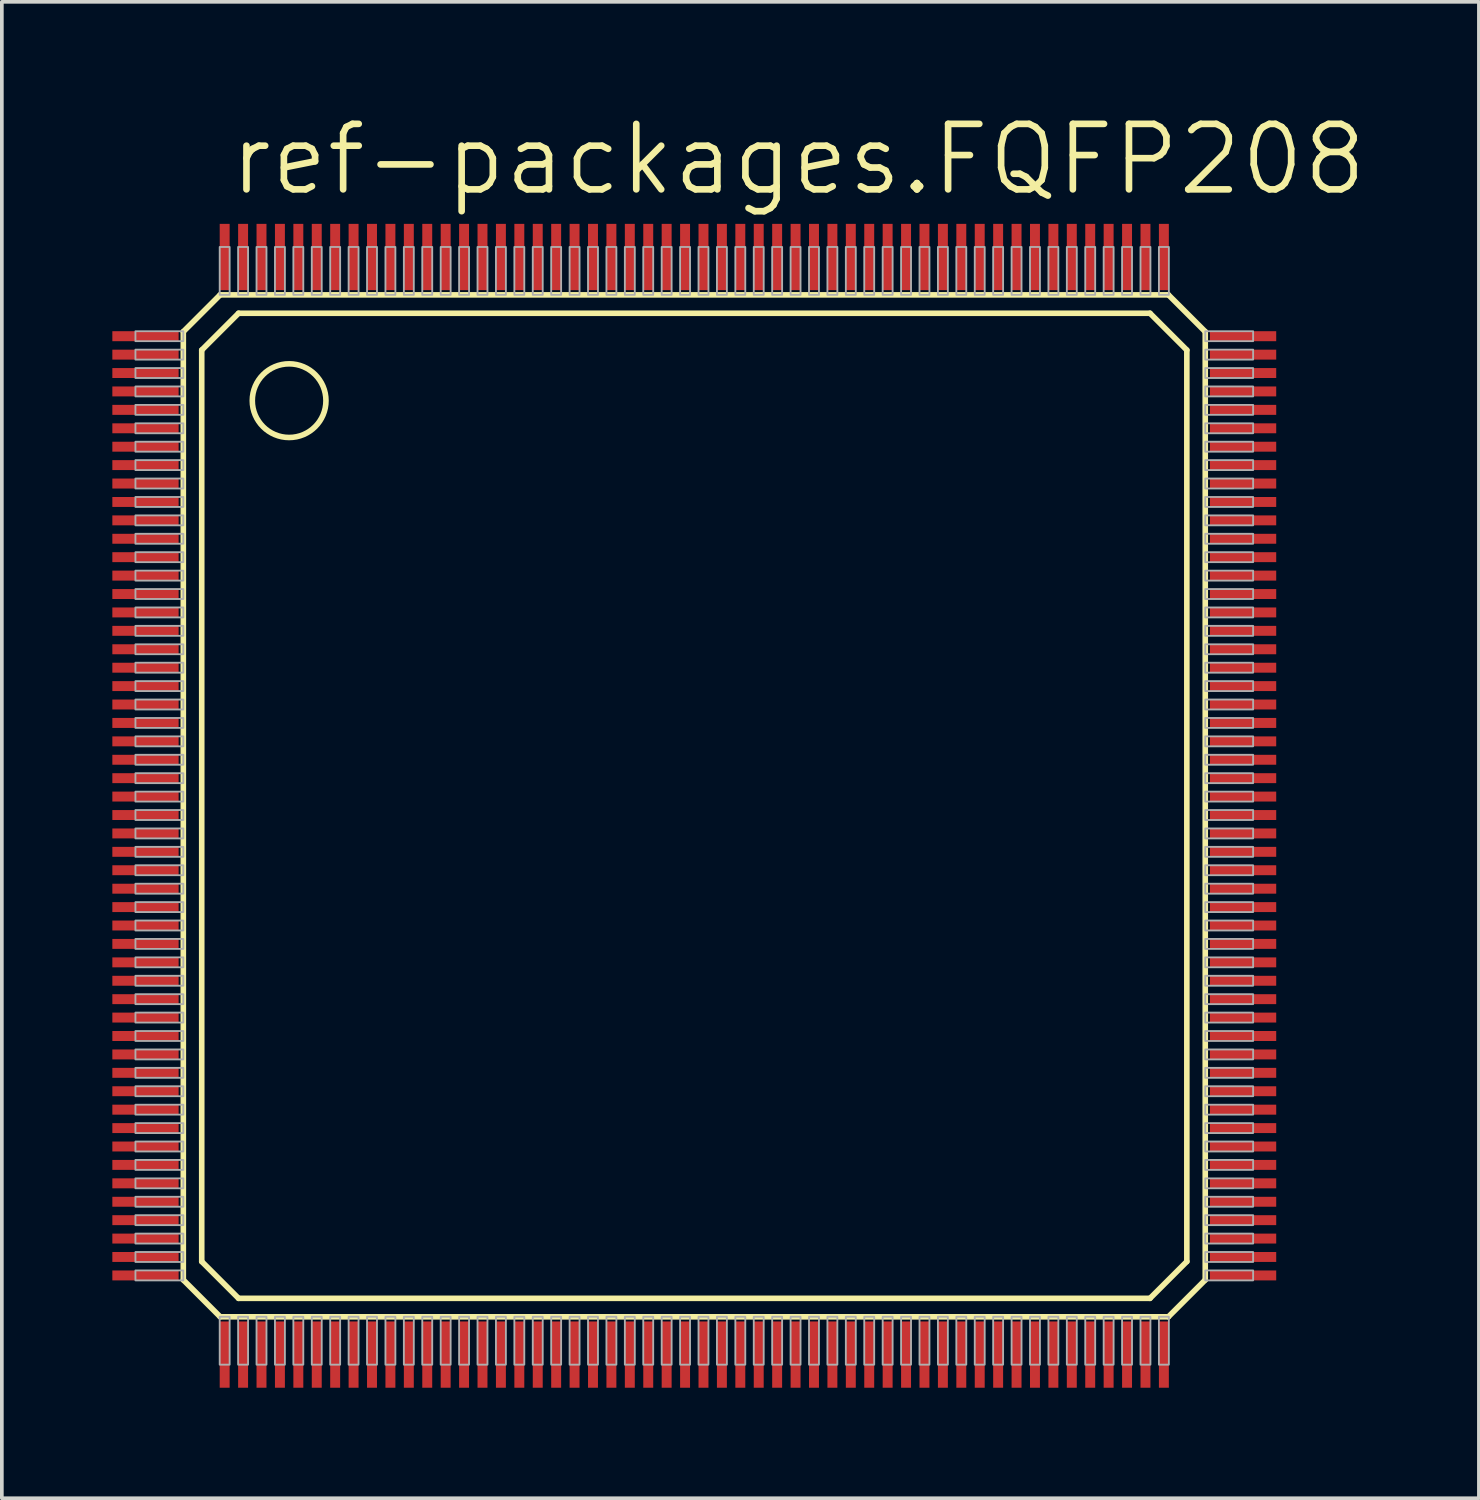
<source format=kicad_pcb>
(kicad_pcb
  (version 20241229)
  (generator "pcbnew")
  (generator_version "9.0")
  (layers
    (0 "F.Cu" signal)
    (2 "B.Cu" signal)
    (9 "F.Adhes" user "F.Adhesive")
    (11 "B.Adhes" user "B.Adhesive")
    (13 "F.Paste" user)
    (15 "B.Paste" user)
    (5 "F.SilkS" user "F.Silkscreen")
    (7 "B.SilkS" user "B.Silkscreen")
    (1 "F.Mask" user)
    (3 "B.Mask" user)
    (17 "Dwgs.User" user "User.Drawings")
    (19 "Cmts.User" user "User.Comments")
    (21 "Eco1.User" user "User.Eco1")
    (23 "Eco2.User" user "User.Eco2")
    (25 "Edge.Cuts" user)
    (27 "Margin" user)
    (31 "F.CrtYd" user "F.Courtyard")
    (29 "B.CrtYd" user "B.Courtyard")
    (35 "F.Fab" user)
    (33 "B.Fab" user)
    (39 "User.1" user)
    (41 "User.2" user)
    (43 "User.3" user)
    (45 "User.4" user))
  (footprint "ref-packages.FQFP208"
    (layer "F.Cu")
    (at 15.8 18.828)
    (property "Reference" "ref-packages.FQFP208" (at -12.7 -16.51 0) (layer "F.SilkS") (effects (font (size 1.778 1.778) (thickness 0.18)) (justify left bottom)))
    (attr smd)
    (fp_line (start -13.873 -12.873) (end -12.873 -13.873) (stroke (width 0.152) (type default)) (layer "F.SilkS"))
    (fp_line (start -13.873 12.873) (end -13.873 -12.873) (stroke (width 0.152) (type default)) (layer "F.SilkS"))
    (fp_line (start -13.373 -12.373) (end -12.373 -13.373) (stroke (width 0.152) (type default)) (layer "F.SilkS"))
    (fp_line (start -13.373 12.373) (end -13.373 -12.373) (stroke (width 0.152) (type default)) (layer "F.SilkS"))
    (fp_line (start -12.873 -13.873) (end 12.873 -13.873) (stroke (width 0.152) (type default)) (layer "F.SilkS"))
    (fp_line (start -12.873 13.873) (end -13.873 12.873) (stroke (width 0.152) (type default)) (layer "F.SilkS"))
    (fp_line (start -12.373 -13.373) (end 12.373 -13.373) (stroke (width 0.152) (type default)) (layer "F.SilkS"))
    (fp_line (start -12.373 13.373) (end -13.373 12.373) (stroke (width 0.152) (type default)) (layer "F.SilkS"))
    (fp_line (start 12.373 -13.373) (end 13.373 -12.373) (stroke (width 0.152) (type default)) (layer "F.SilkS"))
    (fp_line (start 12.373 13.373) (end -12.373 13.373) (stroke (width 0.152) (type default)) (layer "F.SilkS"))
    (fp_line (start 12.873 -13.873) (end 13.873 -12.873) (stroke (width 0.152) (type default)) (layer "F.SilkS"))
    (fp_line (start 12.873 13.873) (end -12.873 13.873) (stroke (width 0.152) (type default)) (layer "F.SilkS"))
    (fp_line (start 13.373 -12.373) (end 13.373 12.373) (stroke (width 0.152) (type default)) (layer "F.SilkS"))
    (fp_line (start 13.373 12.373) (end 12.373 13.373) (stroke (width 0.152) (type default)) (layer "F.SilkS"))
    (fp_line (start 13.873 -12.873) (end 13.873 12.873) (stroke (width 0.152) (type default)) (layer "F.SilkS"))
    (fp_line (start 13.873 12.873) (end 12.873 13.873) (stroke (width 0.152) (type default)) (layer "F.SilkS"))
    (fp_circle (center -11 -11) (end -10 -11) (stroke (width 0.152) (type default)) (fill no) (layer "F.SilkS"))
    (fp_rect (start -15.173 -12.615) (end -13.873 -12.885) (stroke (width 0.05) (type default)) (fill no) (layer "F.Fab"))
    (fp_rect (start -15.173 -12.115) (end -13.873 -12.385) (stroke (width 0.05) (type default)) (fill no) (layer "F.Fab"))
    (fp_rect (start -15.173 -11.615) (end -13.873 -11.885) (stroke (width 0.05) (type default)) (fill no) (layer "F.Fab"))
    (fp_rect (start -15.173 -11.115) (end -13.873 -11.385) (stroke (width 0.05) (type default)) (fill no) (layer "F.Fab"))
    (fp_rect (start -15.173 -10.615) (end -13.873 -10.885) (stroke (width 0.05) (type default)) (fill no) (layer "F.Fab"))
    (fp_rect (start -15.173 -10.115) (end -13.873 -10.385) (stroke (width 0.05) (type default)) (fill no) (layer "F.Fab"))
    (fp_rect (start -15.173 -9.615) (end -13.873 -9.885) (stroke (width 0.05) (type default)) (fill no) (layer "F.Fab"))
    (fp_rect (start -15.173 -9.115) (end -13.873 -9.385) (stroke (width 0.05) (type default)) (fill no) (layer "F.Fab"))
    (fp_rect (start -15.173 -8.615) (end -13.873 -8.885) (stroke (width 0.05) (type default)) (fill no) (layer "F.Fab"))
    (fp_rect (start -15.173 -8.115) (end -13.873 -8.385) (stroke (width 0.05) (type default)) (fill no) (layer "F.Fab"))
    (fp_rect (start -15.173 -7.615) (end -13.873 -7.885) (stroke (width 0.05) (type default)) (fill no) (layer "F.Fab"))
    (fp_rect (start -15.173 -7.115) (end -13.873 -7.385) (stroke (width 0.05) (type default)) (fill no) (layer "F.Fab"))
    (fp_rect (start -15.173 -6.615) (end -13.873 -6.885) (stroke (width 0.05) (type default)) (fill no) (layer "F.Fab"))
    (fp_rect (start -15.173 -6.115) (end -13.873 -6.385) (stroke (width 0.05) (type default)) (fill no) (layer "F.Fab"))
    (fp_rect (start -15.173 -5.615) (end -13.873 -5.885) (stroke (width 0.05) (type default)) (fill no) (layer "F.Fab"))
    (fp_rect (start -15.173 -5.115) (end -13.873 -5.385) (stroke (width 0.05) (type default)) (fill no) (layer "F.Fab"))
    (fp_rect (start -15.173 -4.615) (end -13.873 -4.885) (stroke (width 0.05) (type default)) (fill no) (layer "F.Fab"))
    (fp_rect (start -15.173 -4.115) (end -13.873 -4.385) (stroke (width 0.05) (type default)) (fill no) (layer "F.Fab"))
    (fp_rect (start -15.173 -3.615) (end -13.873 -3.885) (stroke (width 0.05) (type default)) (fill no) (layer "F.Fab"))
    (fp_rect (start -15.173 -3.115) (end -13.873 -3.385) (stroke (width 0.05) (type default)) (fill no) (layer "F.Fab"))
    (fp_rect (start -15.173 -2.615) (end -13.873 -2.885) (stroke (width 0.05) (type default)) (fill no) (layer "F.Fab"))
    (fp_rect (start -15.173 -2.115) (end -13.873 -2.385) (stroke (width 0.05) (type default)) (fill no) (layer "F.Fab"))
    (fp_rect (start -15.173 -1.615) (end -13.873 -1.885) (stroke (width 0.05) (type default)) (fill no) (layer "F.Fab"))
    (fp_rect (start -15.173 -1.115) (end -13.873 -1.385) (stroke (width 0.05) (type default)) (fill no) (layer "F.Fab"))
    (fp_rect (start -15.173 -0.615) (end -13.873 -0.885) (stroke (width 0.05) (type default)) (fill no) (layer "F.Fab"))
    (fp_rect (start -15.173 -0.115) (end -13.873 -0.385) (stroke (width 0.05) (type default)) (fill no) (layer "F.Fab"))
    (fp_rect (start -15.173 0.385) (end -13.873 0.115) (stroke (width 0.05) (type default)) (fill no) (layer "F.Fab"))
    (fp_rect (start -15.173 0.885) (end -13.873 0.615) (stroke (width 0.05) (type default)) (fill no) (layer "F.Fab"))
    (fp_rect (start -15.173 1.385) (end -13.873 1.115) (stroke (width 0.05) (type default)) (fill no) (layer "F.Fab"))
    (fp_rect (start -15.173 1.885) (end -13.873 1.615) (stroke (width 0.05) (type default)) (fill no) (layer "F.Fab"))
    (fp_rect (start -15.173 2.385) (end -13.873 2.115) (stroke (width 0.05) (type default)) (fill no) (layer "F.Fab"))
    (fp_rect (start -15.173 2.885) (end -13.873 2.615) (stroke (width 0.05) (type default)) (fill no) (layer "F.Fab"))
    (fp_rect (start -15.173 3.385) (end -13.873 3.115) (stroke (width 0.05) (type default)) (fill no) (layer "F.Fab"))
    (fp_rect (start -15.173 3.885) (end -13.873 3.615) (stroke (width 0.05) (type default)) (fill no) (layer "F.Fab"))
    (fp_rect (start -15.173 4.385) (end -13.873 4.115) (stroke (width 0.05) (type default)) (fill no) (layer "F.Fab"))
    (fp_rect (start -15.173 4.885) (end -13.873 4.615) (stroke (width 0.05) (type default)) (fill no) (layer "F.Fab"))
    (fp_rect (start -15.173 5.385) (end -13.873 5.115) (stroke (width 0.05) (type default)) (fill no) (layer "F.Fab"))
    (fp_rect (start -15.173 5.885) (end -13.873 5.615) (stroke (width 0.05) (type default)) (fill no) (layer "F.Fab"))
    (fp_rect (start -15.173 6.385) (end -13.873 6.115) (stroke (width 0.05) (type default)) (fill no) (layer "F.Fab"))
    (fp_rect (start -15.173 6.885) (end -13.873 6.615) (stroke (width 0.05) (type default)) (fill no) (layer "F.Fab"))
    (fp_rect (start -15.173 7.385) (end -13.873 7.115) (stroke (width 0.05) (type default)) (fill no) (layer "F.Fab"))
    (fp_rect (start -15.173 7.885) (end -13.873 7.615) (stroke (width 0.05) (type default)) (fill no) (layer "F.Fab"))
    (fp_rect (start -15.173 8.385) (end -13.873 8.115) (stroke (width 0.05) (type default)) (fill no) (layer "F.Fab"))
    (fp_rect (start -15.173 8.885) (end -13.873 8.615) (stroke (width 0.05) (type default)) (fill no) (layer "F.Fab"))
    (fp_rect (start -15.173 9.385) (end -13.873 9.115) (stroke (width 0.05) (type default)) (fill no) (layer "F.Fab"))
    (fp_rect (start -15.173 9.885) (end -13.873 9.615) (stroke (width 0.05) (type default)) (fill no) (layer "F.Fab"))
    (fp_rect (start -15.173 10.385) (end -13.873 10.115) (stroke (width 0.05) (type default)) (fill no) (layer "F.Fab"))
    (fp_rect (start -15.173 10.885) (end -13.873 10.615) (stroke (width 0.05) (type default)) (fill no) (layer "F.Fab"))
    (fp_rect (start -15.173 11.385) (end -13.873 11.115) (stroke (width 0.05) (type default)) (fill no) (layer "F.Fab"))
    (fp_rect (start -15.173 11.885) (end -13.873 11.615) (stroke (width 0.05) (type default)) (fill no) (layer "F.Fab"))
    (fp_rect (start -15.173 12.385) (end -13.873 12.115) (stroke (width 0.05) (type default)) (fill no) (layer "F.Fab"))
    (fp_rect (start -15.173 12.885) (end -13.873 12.615) (stroke (width 0.05) (type default)) (fill no) (layer "F.Fab"))
    (fp_rect (start -12.885 -13.873) (end -12.615 -15.173) (stroke (width 0.05) (type default)) (fill no) (layer "F.Fab"))
    (fp_rect (start -12.885 15.173) (end -12.615 13.873) (stroke (width 0.05) (type default)) (fill no) (layer "F.Fab"))
    (fp_rect (start -12.385 -13.873) (end -12.115 -15.173) (stroke (width 0.05) (type default)) (fill no) (layer "F.Fab"))
    (fp_rect (start -12.385 15.173) (end -12.115 13.873) (stroke (width 0.05) (type default)) (fill no) (layer "F.Fab"))
    (fp_rect (start -11.885 -13.873) (end -11.615 -15.173) (stroke (width 0.05) (type default)) (fill no) (layer "F.Fab"))
    (fp_rect (start -11.885 15.173) (end -11.615 13.873) (stroke (width 0.05) (type default)) (fill no) (layer "F.Fab"))
    (fp_rect (start -11.385 -13.873) (end -11.115 -15.173) (stroke (width 0.05) (type default)) (fill no) (layer "F.Fab"))
    (fp_rect (start -11.385 15.173) (end -11.115 13.873) (stroke (width 0.05) (type default)) (fill no) (layer "F.Fab"))
    (fp_rect (start -10.885 -13.873) (end -10.615 -15.173) (stroke (width 0.05) (type default)) (fill no) (layer "F.Fab"))
    (fp_rect (start -10.885 15.173) (end -10.615 13.873) (stroke (width 0.05) (type default)) (fill no) (layer "F.Fab"))
    (fp_rect (start -10.385 -13.873) (end -10.115 -15.173) (stroke (width 0.05) (type default)) (fill no) (layer "F.Fab"))
    (fp_rect (start -10.385 15.173) (end -10.115 13.873) (stroke (width 0.05) (type default)) (fill no) (layer "F.Fab"))
    (fp_rect (start -9.885 -13.873) (end -9.615 -15.173) (stroke (width 0.05) (type default)) (fill no) (layer "F.Fab"))
    (fp_rect (start -9.885 15.173) (end -9.615 13.873) (stroke (width 0.05) (type default)) (fill no) (layer "F.Fab"))
    (fp_rect (start -9.385 -13.873) (end -9.115 -15.173) (stroke (width 0.05) (type default)) (fill no) (layer "F.Fab"))
    (fp_rect (start -9.385 15.173) (end -9.115 13.873) (stroke (width 0.05) (type default)) (fill no) (layer "F.Fab"))
    (fp_rect (start -8.885 -13.873) (end -8.615 -15.173) (stroke (width 0.05) (type default)) (fill no) (layer "F.Fab"))
    (fp_rect (start -8.885 15.173) (end -8.615 13.873) (stroke (width 0.05) (type default)) (fill no) (layer "F.Fab"))
    (fp_rect (start -8.385 -13.873) (end -8.115 -15.173) (stroke (width 0.05) (type default)) (fill no) (layer "F.Fab"))
    (fp_rect (start -8.385 15.173) (end -8.115 13.873) (stroke (width 0.05) (type default)) (fill no) (layer "F.Fab"))
    (fp_rect (start -7.885 -13.873) (end -7.615 -15.173) (stroke (width 0.05) (type default)) (fill no) (layer "F.Fab"))
    (fp_rect (start -7.885 15.173) (end -7.615 13.873) (stroke (width 0.05) (type default)) (fill no) (layer "F.Fab"))
    (fp_rect (start -7.385 -13.873) (end -7.115 -15.173) (stroke (width 0.05) (type default)) (fill no) (layer "F.Fab"))
    (fp_rect (start -7.385 15.173) (end -7.115 13.873) (stroke (width 0.05) (type default)) (fill no) (layer "F.Fab"))
    (fp_rect (start -6.885 -13.873) (end -6.615 -15.173) (stroke (width 0.05) (type default)) (fill no) (layer "F.Fab"))
    (fp_rect (start -6.885 15.173) (end -6.615 13.873) (stroke (width 0.05) (type default)) (fill no) (layer "F.Fab"))
    (fp_rect (start -6.385 -13.873) (end -6.115 -15.173) (stroke (width 0.05) (type default)) (fill no) (layer "F.Fab"))
    (fp_rect (start -6.385 15.173) (end -6.115 13.873) (stroke (width 0.05) (type default)) (fill no) (layer "F.Fab"))
    (fp_rect (start -5.885 -13.873) (end -5.615 -15.173) (stroke (width 0.05) (type default)) (fill no) (layer "F.Fab"))
    (fp_rect (start -5.885 15.173) (end -5.615 13.873) (stroke (width 0.05) (type default)) (fill no) (layer "F.Fab"))
    (fp_rect (start -5.385 -13.873) (end -5.115 -15.173) (stroke (width 0.05) (type default)) (fill no) (layer "F.Fab"))
    (fp_rect (start -5.385 15.173) (end -5.115 13.873) (stroke (width 0.05) (type default)) (fill no) (layer "F.Fab"))
    (fp_rect (start -4.885 -13.873) (end -4.615 -15.173) (stroke (width 0.05) (type default)) (fill no) (layer "F.Fab"))
    (fp_rect (start -4.885 15.173) (end -4.615 13.873) (stroke (width 0.05) (type default)) (fill no) (layer "F.Fab"))
    (fp_rect (start -4.385 -13.873) (end -4.115 -15.173) (stroke (width 0.05) (type default)) (fill no) (layer "F.Fab"))
    (fp_rect (start -4.385 15.173) (end -4.115 13.873) (stroke (width 0.05) (type default)) (fill no) (layer "F.Fab"))
    (fp_rect (start -3.885 -13.873) (end -3.615 -15.173) (stroke (width 0.05) (type default)) (fill no) (layer "F.Fab"))
    (fp_rect (start -3.885 15.173) (end -3.615 13.873) (stroke (width 0.05) (type default)) (fill no) (layer "F.Fab"))
    (fp_rect (start -3.385 -13.873) (end -3.115 -15.173) (stroke (width 0.05) (type default)) (fill no) (layer "F.Fab"))
    (fp_rect (start -3.385 15.173) (end -3.115 13.873) (stroke (width 0.05) (type default)) (fill no) (layer "F.Fab"))
    (fp_rect (start -2.885 -13.873) (end -2.615 -15.173) (stroke (width 0.05) (type default)) (fill no) (layer "F.Fab"))
    (fp_rect (start -2.885 15.173) (end -2.615 13.873) (stroke (width 0.05) (type default)) (fill no) (layer "F.Fab"))
    (fp_rect (start -2.385 -13.873) (end -2.115 -15.173) (stroke (width 0.05) (type default)) (fill no) (layer "F.Fab"))
    (fp_rect (start -2.385 15.173) (end -2.115 13.873) (stroke (width 0.05) (type default)) (fill no) (layer "F.Fab"))
    (fp_rect (start -1.885 -13.873) (end -1.615 -15.173) (stroke (width 0.05) (type default)) (fill no) (layer "F.Fab"))
    (fp_rect (start -1.885 15.173) (end -1.615 13.873) (stroke (width 0.05) (type default)) (fill no) (layer "F.Fab"))
    (fp_rect (start -1.385 -13.873) (end -1.115 -15.173) (stroke (width 0.05) (type default)) (fill no) (layer "F.Fab"))
    (fp_rect (start -1.385 15.173) (end -1.115 13.873) (stroke (width 0.05) (type default)) (fill no) (layer "F.Fab"))
    (fp_rect (start -0.885 -13.873) (end -0.615 -15.173) (stroke (width 0.05) (type default)) (fill no) (layer "F.Fab"))
    (fp_rect (start -0.885 15.173) (end -0.615 13.873) (stroke (width 0.05) (type default)) (fill no) (layer "F.Fab"))
    (fp_rect (start -0.385 -13.873) (end -0.115 -15.173) (stroke (width 0.05) (type default)) (fill no) (layer "F.Fab"))
    (fp_rect (start -0.385 15.173) (end -0.115 13.873) (stroke (width 0.05) (type default)) (fill no) (layer "F.Fab"))
    (fp_rect (start 0.115 -13.873) (end 0.385 -15.173) (stroke (width 0.05) (type default)) (fill no) (layer "F.Fab"))
    (fp_rect (start 0.115 15.173) (end 0.385 13.873) (stroke (width 0.05) (type default)) (fill no) (layer "F.Fab"))
    (fp_rect (start 0.615 -13.873) (end 0.885 -15.173) (stroke (width 0.05) (type default)) (fill no) (layer "F.Fab"))
    (fp_rect (start 0.615 15.173) (end 0.885 13.873) (stroke (width 0.05) (type default)) (fill no) (layer "F.Fab"))
    (fp_rect (start 1.115 -13.873) (end 1.385 -15.173) (stroke (width 0.05) (type default)) (fill no) (layer "F.Fab"))
    (fp_rect (start 1.115 15.173) (end 1.385 13.873) (stroke (width 0.05) (type default)) (fill no) (layer "F.Fab"))
    (fp_rect (start 1.615 -13.873) (end 1.885 -15.173) (stroke (width 0.05) (type default)) (fill no) (layer "F.Fab"))
    (fp_rect (start 1.615 15.173) (end 1.885 13.873) (stroke (width 0.05) (type default)) (fill no) (layer "F.Fab"))
    (fp_rect (start 2.115 -13.873) (end 2.385 -15.173) (stroke (width 0.05) (type default)) (fill no) (layer "F.Fab"))
    (fp_rect (start 2.115 15.173) (end 2.385 13.873) (stroke (width 0.05) (type default)) (fill no) (layer "F.Fab"))
    (fp_rect (start 2.615 -13.873) (end 2.885 -15.173) (stroke (width 0.05) (type default)) (fill no) (layer "F.Fab"))
    (fp_rect (start 2.615 15.173) (end 2.885 13.873) (stroke (width 0.05) (type default)) (fill no) (layer "F.Fab"))
    (fp_rect (start 3.115 -13.873) (end 3.385 -15.173) (stroke (width 0.05) (type default)) (fill no) (layer "F.Fab"))
    (fp_rect (start 3.115 15.173) (end 3.385 13.873) (stroke (width 0.05) (type default)) (fill no) (layer "F.Fab"))
    (fp_rect (start 3.615 -13.873) (end 3.885 -15.173) (stroke (width 0.05) (type default)) (fill no) (layer "F.Fab"))
    (fp_rect (start 3.615 15.173) (end 3.885 13.873) (stroke (width 0.05) (type default)) (fill no) (layer "F.Fab"))
    (fp_rect (start 4.115 -13.873) (end 4.385 -15.173) (stroke (width 0.05) (type default)) (fill no) (layer "F.Fab"))
    (fp_rect (start 4.115 15.173) (end 4.385 13.873) (stroke (width 0.05) (type default)) (fill no) (layer "F.Fab"))
    (fp_rect (start 4.615 -13.873) (end 4.885 -15.173) (stroke (width 0.05) (type default)) (fill no) (layer "F.Fab"))
    (fp_rect (start 4.615 15.173) (end 4.885 13.873) (stroke (width 0.05) (type default)) (fill no) (layer "F.Fab"))
    (fp_rect (start 5.115 -13.873) (end 5.385 -15.173) (stroke (width 0.05) (type default)) (fill no) (layer "F.Fab"))
    (fp_rect (start 5.115 15.173) (end 5.385 13.873) (stroke (width 0.05) (type default)) (fill no) (layer "F.Fab"))
    (fp_rect (start 5.615 -13.873) (end 5.885 -15.173) (stroke (width 0.05) (type default)) (fill no) (layer "F.Fab"))
    (fp_rect (start 5.615 15.173) (end 5.885 13.873) (stroke (width 0.05) (type default)) (fill no) (layer "F.Fab"))
    (fp_rect (start 6.115 -13.873) (end 6.385 -15.173) (stroke (width 0.05) (type default)) (fill no) (layer "F.Fab"))
    (fp_rect (start 6.115 15.173) (end 6.385 13.873) (stroke (width 0.05) (type default)) (fill no) (layer "F.Fab"))
    (fp_rect (start 6.615 -13.873) (end 6.885 -15.173) (stroke (width 0.05) (type default)) (fill no) (layer "F.Fab"))
    (fp_rect (start 6.615 15.173) (end 6.885 13.873) (stroke (width 0.05) (type default)) (fill no) (layer "F.Fab"))
    (fp_rect (start 7.115 -13.873) (end 7.385 -15.173) (stroke (width 0.05) (type default)) (fill no) (layer "F.Fab"))
    (fp_rect (start 7.115 15.173) (end 7.385 13.873) (stroke (width 0.05) (type default)) (fill no) (layer "F.Fab"))
    (fp_rect (start 7.615 -13.873) (end 7.885 -15.173) (stroke (width 0.05) (type default)) (fill no) (layer "F.Fab"))
    (fp_rect (start 7.615 15.173) (end 7.885 13.873) (stroke (width 0.05) (type default)) (fill no) (layer "F.Fab"))
    (fp_rect (start 8.115 -13.873) (end 8.385 -15.173) (stroke (width 0.05) (type default)) (fill no) (layer "F.Fab"))
    (fp_rect (start 8.115 15.173) (end 8.385 13.873) (stroke (width 0.05) (type default)) (fill no) (layer "F.Fab"))
    (fp_rect (start 8.615 -13.873) (end 8.885 -15.173) (stroke (width 0.05) (type default)) (fill no) (layer "F.Fab"))
    (fp_rect (start 8.615 15.173) (end 8.885 13.873) (stroke (width 0.05) (type default)) (fill no) (layer "F.Fab"))
    (fp_rect (start 9.115 -13.873) (end 9.385 -15.173) (stroke (width 0.05) (type default)) (fill no) (layer "F.Fab"))
    (fp_rect (start 9.115 15.173) (end 9.385 13.873) (stroke (width 0.05) (type default)) (fill no) (layer "F.Fab"))
    (fp_rect (start 9.615 -13.873) (end 9.885 -15.173) (stroke (width 0.05) (type default)) (fill no) (layer "F.Fab"))
    (fp_rect (start 9.615 15.173) (end 9.885 13.873) (stroke (width 0.05) (type default)) (fill no) (layer "F.Fab"))
    (fp_rect (start 10.115 -13.873) (end 10.385 -15.173) (stroke (width 0.05) (type default)) (fill no) (layer "F.Fab"))
    (fp_rect (start 10.115 15.173) (end 10.385 13.873) (stroke (width 0.05) (type default)) (fill no) (layer "F.Fab"))
    (fp_rect (start 10.615 -13.873) (end 10.885 -15.173) (stroke (width 0.05) (type default)) (fill no) (layer "F.Fab"))
    (fp_rect (start 10.615 15.173) (end 10.885 13.873) (stroke (width 0.05) (type default)) (fill no) (layer "F.Fab"))
    (fp_rect (start 11.115 -13.873) (end 11.385 -15.173) (stroke (width 0.05) (type default)) (fill no) (layer "F.Fab"))
    (fp_rect (start 11.115 15.173) (end 11.385 13.873) (stroke (width 0.05) (type default)) (fill no) (layer "F.Fab"))
    (fp_rect (start 11.615 -13.873) (end 11.885 -15.173) (stroke (width 0.05) (type default)) (fill no) (layer "F.Fab"))
    (fp_rect (start 11.615 15.173) (end 11.885 13.873) (stroke (width 0.05) (type default)) (fill no) (layer "F.Fab"))
    (fp_rect (start 12.115 -13.873) (end 12.385 -15.173) (stroke (width 0.05) (type default)) (fill no) (layer "F.Fab"))
    (fp_rect (start 12.115 15.173) (end 12.385 13.873) (stroke (width 0.05) (type default)) (fill no) (layer "F.Fab"))
    (fp_rect (start 12.615 -13.873) (end 12.885 -15.173) (stroke (width 0.05) (type default)) (fill no) (layer "F.Fab"))
    (fp_rect (start 12.615 15.173) (end 12.885 13.873) (stroke (width 0.05) (type default)) (fill no) (layer "F.Fab"))
    (fp_rect (start 13.873 -12.615) (end 15.173 -12.885) (stroke (width 0.05) (type default)) (fill no) (layer "F.Fab"))
    (fp_rect (start 13.873 -12.115) (end 15.173 -12.385) (stroke (width 0.05) (type default)) (fill no) (layer "F.Fab"))
    (fp_rect (start 13.873 -11.615) (end 15.173 -11.885) (stroke (width 0.05) (type default)) (fill no) (layer "F.Fab"))
    (fp_rect (start 13.873 -11.115) (end 15.173 -11.385) (stroke (width 0.05) (type default)) (fill no) (layer "F.Fab"))
    (fp_rect (start 13.873 -10.615) (end 15.173 -10.885) (stroke (width 0.05) (type default)) (fill no) (layer "F.Fab"))
    (fp_rect (start 13.873 -10.115) (end 15.173 -10.385) (stroke (width 0.05) (type default)) (fill no) (layer "F.Fab"))
    (fp_rect (start 13.873 -9.615) (end 15.173 -9.885) (stroke (width 0.05) (type default)) (fill no) (layer "F.Fab"))
    (fp_rect (start 13.873 -9.115) (end 15.173 -9.385) (stroke (width 0.05) (type default)) (fill no) (layer "F.Fab"))
    (fp_rect (start 13.873 -8.615) (end 15.173 -8.885) (stroke (width 0.05) (type default)) (fill no) (layer "F.Fab"))
    (fp_rect (start 13.873 -8.115) (end 15.173 -8.385) (stroke (width 0.05) (type default)) (fill no) (layer "F.Fab"))
    (fp_rect (start 13.873 -7.615) (end 15.173 -7.885) (stroke (width 0.05) (type default)) (fill no) (layer "F.Fab"))
    (fp_rect (start 13.873 -7.115) (end 15.173 -7.385) (stroke (width 0.05) (type default)) (fill no) (layer "F.Fab"))
    (fp_rect (start 13.873 -6.615) (end 15.173 -6.885) (stroke (width 0.05) (type default)) (fill no) (layer "F.Fab"))
    (fp_rect (start 13.873 -6.115) (end 15.173 -6.385) (stroke (width 0.05) (type default)) (fill no) (layer "F.Fab"))
    (fp_rect (start 13.873 -5.615) (end 15.173 -5.885) (stroke (width 0.05) (type default)) (fill no) (layer "F.Fab"))
    (fp_rect (start 13.873 -5.115) (end 15.173 -5.385) (stroke (width 0.05) (type default)) (fill no) (layer "F.Fab"))
    (fp_rect (start 13.873 -4.615) (end 15.173 -4.885) (stroke (width 0.05) (type default)) (fill no) (layer "F.Fab"))
    (fp_rect (start 13.873 -4.115) (end 15.173 -4.385) (stroke (width 0.05) (type default)) (fill no) (layer "F.Fab"))
    (fp_rect (start 13.873 -3.615) (end 15.173 -3.885) (stroke (width 0.05) (type default)) (fill no) (layer "F.Fab"))
    (fp_rect (start 13.873 -3.115) (end 15.173 -3.385) (stroke (width 0.05) (type default)) (fill no) (layer "F.Fab"))
    (fp_rect (start 13.873 -2.615) (end 15.173 -2.885) (stroke (width 0.05) (type default)) (fill no) (layer "F.Fab"))
    (fp_rect (start 13.873 -2.115) (end 15.173 -2.385) (stroke (width 0.05) (type default)) (fill no) (layer "F.Fab"))
    (fp_rect (start 13.873 -1.615) (end 15.173 -1.885) (stroke (width 0.05) (type default)) (fill no) (layer "F.Fab"))
    (fp_rect (start 13.873 -1.115) (end 15.173 -1.385) (stroke (width 0.05) (type default)) (fill no) (layer "F.Fab"))
    (fp_rect (start 13.873 -0.615) (end 15.173 -0.885) (stroke (width 0.05) (type default)) (fill no) (layer "F.Fab"))
    (fp_rect (start 13.873 -0.115) (end 15.173 -0.385) (stroke (width 0.05) (type default)) (fill no) (layer "F.Fab"))
    (fp_rect (start 13.873 0.385) (end 15.173 0.115) (stroke (width 0.05) (type default)) (fill no) (layer "F.Fab"))
    (fp_rect (start 13.873 0.885) (end 15.173 0.615) (stroke (width 0.05) (type default)) (fill no) (layer "F.Fab"))
    (fp_rect (start 13.873 1.385) (end 15.173 1.115) (stroke (width 0.05) (type default)) (fill no) (layer "F.Fab"))
    (fp_rect (start 13.873 1.885) (end 15.173 1.615) (stroke (width 0.05) (type default)) (fill no) (layer "F.Fab"))
    (fp_rect (start 13.873 2.385) (end 15.173 2.115) (stroke (width 0.05) (type default)) (fill no) (layer "F.Fab"))
    (fp_rect (start 13.873 2.885) (end 15.173 2.615) (stroke (width 0.05) (type default)) (fill no) (layer "F.Fab"))
    (fp_rect (start 13.873 3.385) (end 15.173 3.115) (stroke (width 0.05) (type default)) (fill no) (layer "F.Fab"))
    (fp_rect (start 13.873 3.885) (end 15.173 3.615) (stroke (width 0.05) (type default)) (fill no) (layer "F.Fab"))
    (fp_rect (start 13.873 4.385) (end 15.173 4.115) (stroke (width 0.05) (type default)) (fill no) (layer "F.Fab"))
    (fp_rect (start 13.873 4.885) (end 15.173 4.615) (stroke (width 0.05) (type default)) (fill no) (layer "F.Fab"))
    (fp_rect (start 13.873 5.385) (end 15.173 5.115) (stroke (width 0.05) (type default)) (fill no) (layer "F.Fab"))
    (fp_rect (start 13.873 5.885) (end 15.173 5.615) (stroke (width 0.05) (type default)) (fill no) (layer "F.Fab"))
    (fp_rect (start 13.873 6.385) (end 15.173 6.115) (stroke (width 0.05) (type default)) (fill no) (layer "F.Fab"))
    (fp_rect (start 13.873 6.885) (end 15.173 6.615) (stroke (width 0.05) (type default)) (fill no) (layer "F.Fab"))
    (fp_rect (start 13.873 7.385) (end 15.173 7.115) (stroke (width 0.05) (type default)) (fill no) (layer "F.Fab"))
    (fp_rect (start 13.873 7.885) (end 15.173 7.615) (stroke (width 0.05) (type default)) (fill no) (layer "F.Fab"))
    (fp_rect (start 13.873 8.385) (end 15.173 8.115) (stroke (width 0.05) (type default)) (fill no) (layer "F.Fab"))
    (fp_rect (start 13.873 8.885) (end 15.173 8.615) (stroke (width 0.05) (type default)) (fill no) (layer "F.Fab"))
    (fp_rect (start 13.873 9.385) (end 15.173 9.115) (stroke (width 0.05) (type default)) (fill no) (layer "F.Fab"))
    (fp_rect (start 13.873 9.885) (end 15.173 9.615) (stroke (width 0.05) (type default)) (fill no) (layer "F.Fab"))
    (fp_rect (start 13.873 10.385) (end 15.173 10.115) (stroke (width 0.05) (type default)) (fill no) (layer "F.Fab"))
    (fp_rect (start 13.873 10.885) (end 15.173 10.615) (stroke (width 0.05) (type default)) (fill no) (layer "F.Fab"))
    (fp_rect (start 13.873 11.385) (end 15.173 11.115) (stroke (width 0.05) (type default)) (fill no) (layer "F.Fab"))
    (fp_rect (start 13.873 11.885) (end 15.173 11.615) (stroke (width 0.05) (type default)) (fill no) (layer "F.Fab"))
    (fp_rect (start 13.873 12.385) (end 15.173 12.115) (stroke (width 0.05) (type default)) (fill no) (layer "F.Fab"))
    (fp_rect (start 13.873 12.885) (end 15.173 12.615) (stroke (width 0.05) (type default)) (fill no) (layer "F.Fab"))
    (pad "1" smd roundrect (at -14.9 -12.75) (size 1.8 0.27) (layers "F.Cu" "F.Mask" "F.Paste") (roundrect_rratio 0.01))
    (pad "2" smd roundrect (at -14.9 -12.25) (size 1.8 0.27) (layers "F.Cu" "F.Mask" "F.Paste") (roundrect_rratio 0.01))
    (pad "3" smd roundrect (at -14.9 -11.75) (size 1.8 0.27) (layers "F.Cu" "F.Mask" "F.Paste") (roundrect_rratio 0.01))
    (pad "4" smd roundrect (at -14.9 -11.25) (size 1.8 0.27) (layers "F.Cu" "F.Mask" "F.Paste") (roundrect_rratio 0.01))
    (pad "5" smd roundrect (at -14.9 -10.75) (size 1.8 0.27) (layers "F.Cu" "F.Mask" "F.Paste") (roundrect_rratio 0.01))
    (pad "6" smd roundrect (at -14.9 -10.25) (size 1.8 0.27) (layers "F.Cu" "F.Mask" "F.Paste") (roundrect_rratio 0.01))
    (pad "7" smd roundrect (at -14.9 -9.75) (size 1.8 0.27) (layers "F.Cu" "F.Mask" "F.Paste") (roundrect_rratio 0.01))
    (pad "8" smd roundrect (at -14.9 -9.25) (size 1.8 0.27) (layers "F.Cu" "F.Mask" "F.Paste") (roundrect_rratio 0.01))
    (pad "9" smd roundrect (at -14.9 -8.75) (size 1.8 0.27) (layers "F.Cu" "F.Mask" "F.Paste") (roundrect_rratio 0.01))
    (pad "10" smd roundrect (at -14.9 -8.25) (size 1.8 0.27) (layers "F.Cu" "F.Mask" "F.Paste") (roundrect_rratio 0.01))
    (pad "11" smd roundrect (at -14.9 -7.75) (size 1.8 0.27) (layers "F.Cu" "F.Mask" "F.Paste") (roundrect_rratio 0.01))
    (pad "12" smd roundrect (at -14.9 -7.25) (size 1.8 0.27) (layers "F.Cu" "F.Mask" "F.Paste") (roundrect_rratio 0.01))
    (pad "13" smd roundrect (at -14.9 -6.75) (size 1.8 0.27) (layers "F.Cu" "F.Mask" "F.Paste") (roundrect_rratio 0.01))
    (pad "14" smd roundrect (at -14.9 -6.25) (size 1.8 0.27) (layers "F.Cu" "F.Mask" "F.Paste") (roundrect_rratio 0.01))
    (pad "15" smd roundrect (at -14.9 -5.75) (size 1.8 0.27) (layers "F.Cu" "F.Mask" "F.Paste") (roundrect_rratio 0.01))
    (pad "16" smd roundrect (at -14.9 -5.25) (size 1.8 0.27) (layers "F.Cu" "F.Mask" "F.Paste") (roundrect_rratio 0.01))
    (pad "17" smd roundrect (at -14.9 -4.75) (size 1.8 0.27) (layers "F.Cu" "F.Mask" "F.Paste") (roundrect_rratio 0.01))
    (pad "18" smd roundrect (at -14.9 -4.25) (size 1.8 0.27) (layers "F.Cu" "F.Mask" "F.Paste") (roundrect_rratio 0.01))
    (pad "19" smd roundrect (at -14.9 -3.75) (size 1.8 0.27) (layers "F.Cu" "F.Mask" "F.Paste") (roundrect_rratio 0.01))
    (pad "20" smd roundrect (at -14.9 -3.25) (size 1.8 0.27) (layers "F.Cu" "F.Mask" "F.Paste") (roundrect_rratio 0.01))
    (pad "21" smd roundrect (at -14.9 -2.75) (size 1.8 0.27) (layers "F.Cu" "F.Mask" "F.Paste") (roundrect_rratio 0.01))
    (pad "22" smd roundrect (at -14.9 -2.25) (size 1.8 0.27) (layers "F.Cu" "F.Mask" "F.Paste") (roundrect_rratio 0.01))
    (pad "23" smd roundrect (at -14.9 -1.75) (size 1.8 0.27) (layers "F.Cu" "F.Mask" "F.Paste") (roundrect_rratio 0.01))
    (pad "24" smd roundrect (at -14.9 -1.25) (size 1.8 0.27) (layers "F.Cu" "F.Mask" "F.Paste") (roundrect_rratio 0.01))
    (pad "25" smd roundrect (at -14.9 -0.75) (size 1.8 0.27) (layers "F.Cu" "F.Mask" "F.Paste") (roundrect_rratio 0.01))
    (pad "26" smd roundrect (at -14.9 -0.25) (size 1.8 0.27) (layers "F.Cu" "F.Mask" "F.Paste") (roundrect_rratio 0.01))
    (pad "27" smd roundrect (at -14.9 0.25) (size 1.8 0.27) (layers "F.Cu" "F.Mask" "F.Paste") (roundrect_rratio 0.01))
    (pad "28" smd roundrect (at -14.9 0.75) (size 1.8 0.27) (layers "F.Cu" "F.Mask" "F.Paste") (roundrect_rratio 0.01))
    (pad "29" smd roundrect (at -14.9 1.25) (size 1.8 0.27) (layers "F.Cu" "F.Mask" "F.Paste") (roundrect_rratio 0.01))
    (pad "30" smd roundrect (at -14.9 1.75) (size 1.8 0.27) (layers "F.Cu" "F.Mask" "F.Paste") (roundrect_rratio 0.01))
    (pad "31" smd roundrect (at -14.9 2.25) (size 1.8 0.27) (layers "F.Cu" "F.Mask" "F.Paste") (roundrect_rratio 0.01))
    (pad "32" smd roundrect (at -14.9 2.75) (size 1.8 0.27) (layers "F.Cu" "F.Mask" "F.Paste") (roundrect_rratio 0.01))
    (pad "33" smd roundrect (at -14.9 3.25) (size 1.8 0.27) (layers "F.Cu" "F.Mask" "F.Paste") (roundrect_rratio 0.01))
    (pad "34" smd roundrect (at -14.9 3.75) (size 1.8 0.27) (layers "F.Cu" "F.Mask" "F.Paste") (roundrect_rratio 0.01))
    (pad "35" smd roundrect (at -14.9 4.25) (size 1.8 0.27) (layers "F.Cu" "F.Mask" "F.Paste") (roundrect_rratio 0.01))
    (pad "36" smd roundrect (at -14.9 4.75) (size 1.8 0.27) (layers "F.Cu" "F.Mask" "F.Paste") (roundrect_rratio 0.01))
    (pad "37" smd roundrect (at -14.9 5.25) (size 1.8 0.27) (layers "F.Cu" "F.Mask" "F.Paste") (roundrect_rratio 0.01))
    (pad "38" smd roundrect (at -14.9 5.75) (size 1.8 0.27) (layers "F.Cu" "F.Mask" "F.Paste") (roundrect_rratio 0.01))
    (pad "39" smd roundrect (at -14.9 6.25) (size 1.8 0.27) (layers "F.Cu" "F.Mask" "F.Paste") (roundrect_rratio 0.01))
    (pad "40" smd roundrect (at -14.9 6.75) (size 1.8 0.27) (layers "F.Cu" "F.Mask" "F.Paste") (roundrect_rratio 0.01))
    (pad "41" smd roundrect (at -14.9 7.25) (size 1.8 0.27) (layers "F.Cu" "F.Mask" "F.Paste") (roundrect_rratio 0.01))
    (pad "42" smd roundrect (at -14.9 7.75) (size 1.8 0.27) (layers "F.Cu" "F.Mask" "F.Paste") (roundrect_rratio 0.01))
    (pad "43" smd roundrect (at -14.9 8.25) (size 1.8 0.27) (layers "F.Cu" "F.Mask" "F.Paste") (roundrect_rratio 0.01))
    (pad "44" smd roundrect (at -14.9 8.75) (size 1.8 0.27) (layers "F.Cu" "F.Mask" "F.Paste") (roundrect_rratio 0.01))
    (pad "45" smd roundrect (at -14.9 9.25) (size 1.8 0.27) (layers "F.Cu" "F.Mask" "F.Paste") (roundrect_rratio 0.01))
    (pad "46" smd roundrect (at -14.9 9.75) (size 1.8 0.27) (layers "F.Cu" "F.Mask" "F.Paste") (roundrect_rratio 0.01))
    (pad "47" smd roundrect (at -14.9 10.25) (size 1.8 0.27) (layers "F.Cu" "F.Mask" "F.Paste") (roundrect_rratio 0.01))
    (pad "48" smd roundrect (at -14.9 10.75) (size 1.8 0.27) (layers "F.Cu" "F.Mask" "F.Paste") (roundrect_rratio 0.01))
    (pad "49" smd roundrect (at -14.9 11.25) (size 1.8 0.27) (layers "F.Cu" "F.Mask" "F.Paste") (roundrect_rratio 0.01))
    (pad "50" smd roundrect (at -14.9 11.75) (size 1.8 0.27) (layers "F.Cu" "F.Mask" "F.Paste") (roundrect_rratio 0.01))
    (pad "51" smd roundrect (at -14.9 12.25) (size 1.8 0.27) (layers "F.Cu" "F.Mask" "F.Paste") (roundrect_rratio 0.01))
    (pad "52" smd roundrect (at -14.9 12.75) (size 1.8 0.27) (layers "F.Cu" "F.Mask" "F.Paste") (roundrect_rratio 0.01))
    (pad "53" smd roundrect (at -12.75 14.9) (size 0.27 1.8) (layers "F.Cu" "F.Mask" "F.Paste") (roundrect_rratio 0.01))
    (pad "54" smd roundrect (at -12.25 14.9) (size 0.27 1.8) (layers "F.Cu" "F.Mask" "F.Paste") (roundrect_rratio 0.01))
    (pad "55" smd roundrect (at -11.75 14.9) (size 0.27 1.8) (layers "F.Cu" "F.Mask" "F.Paste") (roundrect_rratio 0.01))
    (pad "56" smd roundrect (at -11.25 14.9) (size 0.27 1.8) (layers "F.Cu" "F.Mask" "F.Paste") (roundrect_rratio 0.01))
    (pad "57" smd roundrect (at -10.75 14.9) (size 0.27 1.8) (layers "F.Cu" "F.Mask" "F.Paste") (roundrect_rratio 0.01))
    (pad "58" smd roundrect (at -10.25 14.9) (size 0.27 1.8) (layers "F.Cu" "F.Mask" "F.Paste") (roundrect_rratio 0.01))
    (pad "59" smd roundrect (at -9.75 14.9) (size 0.27 1.8) (layers "F.Cu" "F.Mask" "F.Paste") (roundrect_rratio 0.01))
    (pad "60" smd roundrect (at -9.25 14.9) (size 0.27 1.8) (layers "F.Cu" "F.Mask" "F.Paste") (roundrect_rratio 0.01))
    (pad "61" smd roundrect (at -8.75 14.9) (size 0.27 1.8) (layers "F.Cu" "F.Mask" "F.Paste") (roundrect_rratio 0.01))
    (pad "62" smd roundrect (at -8.25 14.9) (size 0.27 1.8) (layers "F.Cu" "F.Mask" "F.Paste") (roundrect_rratio 0.01))
    (pad "63" smd roundrect (at -7.75 14.9) (size 0.27 1.8) (layers "F.Cu" "F.Mask" "F.Paste") (roundrect_rratio 0.01))
    (pad "64" smd roundrect (at -7.25 14.9) (size 0.27 1.8) (layers "F.Cu" "F.Mask" "F.Paste") (roundrect_rratio 0.01))
    (pad "65" smd roundrect (at -6.75 14.9) (size 0.27 1.8) (layers "F.Cu" "F.Mask" "F.Paste") (roundrect_rratio 0.01))
    (pad "66" smd roundrect (at -6.25 14.9) (size 0.27 1.8) (layers "F.Cu" "F.Mask" "F.Paste") (roundrect_rratio 0.01))
    (pad "67" smd roundrect (at -5.75 14.9) (size 0.27 1.8) (layers "F.Cu" "F.Mask" "F.Paste") (roundrect_rratio 0.01))
    (pad "68" smd roundrect (at -5.25 14.9) (size 0.27 1.8) (layers "F.Cu" "F.Mask" "F.Paste") (roundrect_rratio 0.01))
    (pad "69" smd roundrect (at -4.75 14.9) (size 0.27 1.8) (layers "F.Cu" "F.Mask" "F.Paste") (roundrect_rratio 0.01))
    (pad "70" smd roundrect (at -4.25 14.9) (size 0.27 1.8) (layers "F.Cu" "F.Mask" "F.Paste") (roundrect_rratio 0.01))
    (pad "71" smd roundrect (at -3.75 14.9) (size 0.27 1.8) (layers "F.Cu" "F.Mask" "F.Paste") (roundrect_rratio 0.01))
    (pad "72" smd roundrect (at -3.25 14.9) (size 0.27 1.8) (layers "F.Cu" "F.Mask" "F.Paste") (roundrect_rratio 0.01))
    (pad "73" smd roundrect (at -2.75 14.9) (size 0.27 1.8) (layers "F.Cu" "F.Mask" "F.Paste") (roundrect_rratio 0.01))
    (pad "74" smd roundrect (at -2.25 14.9) (size 0.27 1.8) (layers "F.Cu" "F.Mask" "F.Paste") (roundrect_rratio 0.01))
    (pad "75" smd roundrect (at -1.75 14.9) (size 0.27 1.8) (layers "F.Cu" "F.Mask" "F.Paste") (roundrect_rratio 0.01))
    (pad "76" smd roundrect (at -1.25 14.9) (size 0.27 1.8) (layers "F.Cu" "F.Mask" "F.Paste") (roundrect_rratio 0.01))
    (pad "77" smd roundrect (at -0.75 14.9) (size 0.27 1.8) (layers "F.Cu" "F.Mask" "F.Paste") (roundrect_rratio 0.01))
    (pad "78" smd roundrect (at -0.25 14.9) (size 0.27 1.8) (layers "F.Cu" "F.Mask" "F.Paste") (roundrect_rratio 0.01))
    (pad "79" smd roundrect (at 0.25 14.9) (size 0.27 1.8) (layers "F.Cu" "F.Mask" "F.Paste") (roundrect_rratio 0.01))
    (pad "80" smd roundrect (at 0.75 14.9) (size 0.27 1.8) (layers "F.Cu" "F.Mask" "F.Paste") (roundrect_rratio 0.01))
    (pad "81" smd roundrect (at 1.25 14.9) (size 0.27 1.8) (layers "F.Cu" "F.Mask" "F.Paste") (roundrect_rratio 0.01))
    (pad "82" smd roundrect (at 1.75 14.9) (size 0.27 1.8) (layers "F.Cu" "F.Mask" "F.Paste") (roundrect_rratio 0.01))
    (pad "83" smd roundrect (at 2.25 14.9) (size 0.27 1.8) (layers "F.Cu" "F.Mask" "F.Paste") (roundrect_rratio 0.01))
    (pad "84" smd roundrect (at 2.75 14.9) (size 0.27 1.8) (layers "F.Cu" "F.Mask" "F.Paste") (roundrect_rratio 0.01))
    (pad "85" smd roundrect (at 3.25 14.9) (size 0.27 1.8) (layers "F.Cu" "F.Mask" "F.Paste") (roundrect_rratio 0.01))
    (pad "86" smd roundrect (at 3.75 14.9) (size 0.27 1.8) (layers "F.Cu" "F.Mask" "F.Paste") (roundrect_rratio 0.01))
    (pad "87" smd roundrect (at 4.25 14.9) (size 0.27 1.8) (layers "F.Cu" "F.Mask" "F.Paste") (roundrect_rratio 0.01))
    (pad "88" smd roundrect (at 4.75 14.9) (size 0.27 1.8) (layers "F.Cu" "F.Mask" "F.Paste") (roundrect_rratio 0.01))
    (pad "89" smd roundrect (at 5.25 14.9) (size 0.27 1.8) (layers "F.Cu" "F.Mask" "F.Paste") (roundrect_rratio 0.01))
    (pad "90" smd roundrect (at 5.75 14.9) (size 0.27 1.8) (layers "F.Cu" "F.Mask" "F.Paste") (roundrect_rratio 0.01))
    (pad "91" smd roundrect (at 6.25 14.9) (size 0.27 1.8) (layers "F.Cu" "F.Mask" "F.Paste") (roundrect_rratio 0.01))
    (pad "92" smd roundrect (at 6.75 14.9) (size 0.27 1.8) (layers "F.Cu" "F.Mask" "F.Paste") (roundrect_rratio 0.01))
    (pad "93" smd roundrect (at 7.25 14.9) (size 0.27 1.8) (layers "F.Cu" "F.Mask" "F.Paste") (roundrect_rratio 0.01))
    (pad "94" smd roundrect (at 7.75 14.9) (size 0.27 1.8) (layers "F.Cu" "F.Mask" "F.Paste") (roundrect_rratio 0.01))
    (pad "95" smd roundrect (at 8.25 14.9) (size 0.27 1.8) (layers "F.Cu" "F.Mask" "F.Paste") (roundrect_rratio 0.01))
    (pad "96" smd roundrect (at 8.75 14.9) (size 0.27 1.8) (layers "F.Cu" "F.Mask" "F.Paste") (roundrect_rratio 0.01))
    (pad "97" smd roundrect (at 9.25 14.9) (size 0.27 1.8) (layers "F.Cu" "F.Mask" "F.Paste") (roundrect_rratio 0.01))
    (pad "98" smd roundrect (at 9.75 14.9) (size 0.27 1.8) (layers "F.Cu" "F.Mask" "F.Paste") (roundrect_rratio 0.01))
    (pad "99" smd roundrect (at 10.25 14.9) (size 0.27 1.8) (layers "F.Cu" "F.Mask" "F.Paste") (roundrect_rratio 0.01))
    (pad "100" smd roundrect (at 10.75 14.9) (size 0.27 1.8) (layers "F.Cu" "F.Mask" "F.Paste") (roundrect_rratio 0.01))
    (pad "101" smd roundrect (at 11.25 14.9) (size 0.27 1.8) (layers "F.Cu" "F.Mask" "F.Paste") (roundrect_rratio 0.01))
    (pad "102" smd roundrect (at 11.75 14.9) (size 0.27 1.8) (layers "F.Cu" "F.Mask" "F.Paste") (roundrect_rratio 0.01))
    (pad "103" smd roundrect (at 12.25 14.9) (size 0.27 1.8) (layers "F.Cu" "F.Mask" "F.Paste") (roundrect_rratio 0.01))
    (pad "104" smd roundrect (at 12.75 14.9) (size 0.27 1.8) (layers "F.Cu" "F.Mask" "F.Paste") (roundrect_rratio 0.01))
    (pad "105" smd roundrect (at 14.9 12.75) (size 1.8 0.27) (layers "F.Cu" "F.Mask" "F.Paste") (roundrect_rratio 0.01))
    (pad "106" smd roundrect (at 14.9 12.25) (size 1.8 0.27) (layers "F.Cu" "F.Mask" "F.Paste") (roundrect_rratio 0.01))
    (pad "107" smd roundrect (at 14.9 11.75) (size 1.8 0.27) (layers "F.Cu" "F.Mask" "F.Paste") (roundrect_rratio 0.01))
    (pad "108" smd roundrect (at 14.9 11.25) (size 1.8 0.27) (layers "F.Cu" "F.Mask" "F.Paste") (roundrect_rratio 0.01))
    (pad "109" smd roundrect (at 14.9 10.75) (size 1.8 0.27) (layers "F.Cu" "F.Mask" "F.Paste") (roundrect_rratio 0.01))
    (pad "110" smd roundrect (at 14.9 10.25) (size 1.8 0.27) (layers "F.Cu" "F.Mask" "F.Paste") (roundrect_rratio 0.01))
    (pad "111" smd roundrect (at 14.9 9.75) (size 1.8 0.27) (layers "F.Cu" "F.Mask" "F.Paste") (roundrect_rratio 0.01))
    (pad "112" smd roundrect (at 14.9 9.25) (size 1.8 0.27) (layers "F.Cu" "F.Mask" "F.Paste") (roundrect_rratio 0.01))
    (pad "113" smd roundrect (at 14.9 8.75) (size 1.8 0.27) (layers "F.Cu" "F.Mask" "F.Paste") (roundrect_rratio 0.01))
    (pad "114" smd roundrect (at 14.9 8.25) (size 1.8 0.27) (layers "F.Cu" "F.Mask" "F.Paste") (roundrect_rratio 0.01))
    (pad "115" smd roundrect (at 14.9 7.75) (size 1.8 0.27) (layers "F.Cu" "F.Mask" "F.Paste") (roundrect_rratio 0.01))
    (pad "116" smd roundrect (at 14.9 7.25) (size 1.8 0.27) (layers "F.Cu" "F.Mask" "F.Paste") (roundrect_rratio 0.01))
    (pad "117" smd roundrect (at 14.9 6.75) (size 1.8 0.27) (layers "F.Cu" "F.Mask" "F.Paste") (roundrect_rratio 0.01))
    (pad "118" smd roundrect (at 14.9 6.25) (size 1.8 0.27) (layers "F.Cu" "F.Mask" "F.Paste") (roundrect_rratio 0.01))
    (pad "119" smd roundrect (at 14.9 5.75) (size 1.8 0.27) (layers "F.Cu" "F.Mask" "F.Paste") (roundrect_rratio 0.01))
    (pad "120" smd roundrect (at 14.9 5.25) (size 1.8 0.27) (layers "F.Cu" "F.Mask" "F.Paste") (roundrect_rratio 0.01))
    (pad "121" smd roundrect (at 14.9 4.75) (size 1.8 0.27) (layers "F.Cu" "F.Mask" "F.Paste") (roundrect_rratio 0.01))
    (pad "122" smd roundrect (at 14.9 4.25) (size 1.8 0.27) (layers "F.Cu" "F.Mask" "F.Paste") (roundrect_rratio 0.01))
    (pad "123" smd roundrect (at 14.9 3.75) (size 1.8 0.27) (layers "F.Cu" "F.Mask" "F.Paste") (roundrect_rratio 0.01))
    (pad "124" smd roundrect (at 14.9 3.25) (size 1.8 0.27) (layers "F.Cu" "F.Mask" "F.Paste") (roundrect_rratio 0.01))
    (pad "125" smd roundrect (at 14.9 2.75) (size 1.8 0.27) (layers "F.Cu" "F.Mask" "F.Paste") (roundrect_rratio 0.01))
    (pad "126" smd roundrect (at 14.9 2.25) (size 1.8 0.27) (layers "F.Cu" "F.Mask" "F.Paste") (roundrect_rratio 0.01))
    (pad "127" smd roundrect (at 14.9 1.75) (size 1.8 0.27) (layers "F.Cu" "F.Mask" "F.Paste") (roundrect_rratio 0.01))
    (pad "128" smd roundrect (at 14.9 1.25) (size 1.8 0.27) (layers "F.Cu" "F.Mask" "F.Paste") (roundrect_rratio 0.01))
    (pad "129" smd roundrect (at 14.9 0.75) (size 1.8 0.27) (layers "F.Cu" "F.Mask" "F.Paste") (roundrect_rratio 0.01))
    (pad "130" smd roundrect (at 14.9 0.25) (size 1.8 0.27) (layers "F.Cu" "F.Mask" "F.Paste") (roundrect_rratio 0.01))
    (pad "131" smd roundrect (at 14.9 -0.25) (size 1.8 0.27) (layers "F.Cu" "F.Mask" "F.Paste") (roundrect_rratio 0.01))
    (pad "132" smd roundrect (at 14.9 -0.75) (size 1.8 0.27) (layers "F.Cu" "F.Mask" "F.Paste") (roundrect_rratio 0.01))
    (pad "133" smd roundrect (at 14.9 -1.25) (size 1.8 0.27) (layers "F.Cu" "F.Mask" "F.Paste") (roundrect_rratio 0.01))
    (pad "134" smd roundrect (at 14.9 -1.75) (size 1.8 0.27) (layers "F.Cu" "F.Mask" "F.Paste") (roundrect_rratio 0.01))
    (pad "135" smd roundrect (at 14.9 -2.25) (size 1.8 0.27) (layers "F.Cu" "F.Mask" "F.Paste") (roundrect_rratio 0.01))
    (pad "136" smd roundrect (at 14.9 -2.75) (size 1.8 0.27) (layers "F.Cu" "F.Mask" "F.Paste") (roundrect_rratio 0.01))
    (pad "137" smd roundrect (at 14.9 -3.25) (size 1.8 0.27) (layers "F.Cu" "F.Mask" "F.Paste") (roundrect_rratio 0.01))
    (pad "138" smd roundrect (at 14.9 -3.75) (size 1.8 0.27) (layers "F.Cu" "F.Mask" "F.Paste") (roundrect_rratio 0.01))
    (pad "139" smd roundrect (at 14.9 -4.25) (size 1.8 0.27) (layers "F.Cu" "F.Mask" "F.Paste") (roundrect_rratio 0.01))
    (pad "140" smd roundrect (at 14.9 -4.75) (size 1.8 0.27) (layers "F.Cu" "F.Mask" "F.Paste") (roundrect_rratio 0.01))
    (pad "141" smd roundrect (at 14.9 -5.25) (size 1.8 0.27) (layers "F.Cu" "F.Mask" "F.Paste") (roundrect_rratio 0.01))
    (pad "142" smd roundrect (at 14.9 -5.75) (size 1.8 0.27) (layers "F.Cu" "F.Mask" "F.Paste") (roundrect_rratio 0.01))
    (pad "143" smd roundrect (at 14.9 -6.25) (size 1.8 0.27) (layers "F.Cu" "F.Mask" "F.Paste") (roundrect_rratio 0.01))
    (pad "144" smd roundrect (at 14.9 -6.75) (size 1.8 0.27) (layers "F.Cu" "F.Mask" "F.Paste") (roundrect_rratio 0.01))
    (pad "145" smd roundrect (at 14.9 -7.25) (size 1.8 0.27) (layers "F.Cu" "F.Mask" "F.Paste") (roundrect_rratio 0.01))
    (pad "146" smd roundrect (at 14.9 -7.75) (size 1.8 0.27) (layers "F.Cu" "F.Mask" "F.Paste") (roundrect_rratio 0.01))
    (pad "147" smd roundrect (at 14.9 -8.25) (size 1.8 0.27) (layers "F.Cu" "F.Mask" "F.Paste") (roundrect_rratio 0.01))
    (pad "148" smd roundrect (at 14.9 -8.75) (size 1.8 0.27) (layers "F.Cu" "F.Mask" "F.Paste") (roundrect_rratio 0.01))
    (pad "149" smd roundrect (at 14.9 -9.25) (size 1.8 0.27) (layers "F.Cu" "F.Mask" "F.Paste") (roundrect_rratio 0.01))
    (pad "150" smd roundrect (at 14.9 -9.75) (size 1.8 0.27) (layers "F.Cu" "F.Mask" "F.Paste") (roundrect_rratio 0.01))
    (pad "151" smd roundrect (at 14.9 -10.25) (size 1.8 0.27) (layers "F.Cu" "F.Mask" "F.Paste") (roundrect_rratio 0.01))
    (pad "152" smd roundrect (at 14.9 -10.75) (size 1.8 0.27) (layers "F.Cu" "F.Mask" "F.Paste") (roundrect_rratio 0.01))
    (pad "153" smd roundrect (at 14.9 -11.25) (size 1.8 0.27) (layers "F.Cu" "F.Mask" "F.Paste") (roundrect_rratio 0.01))
    (pad "154" smd roundrect (at 14.9 -11.75) (size 1.8 0.27) (layers "F.Cu" "F.Mask" "F.Paste") (roundrect_rratio 0.01))
    (pad "155" smd roundrect (at 14.9 -12.25) (size 1.8 0.27) (layers "F.Cu" "F.Mask" "F.Paste") (roundrect_rratio 0.01))
    (pad "156" smd roundrect (at 14.9 -12.75) (size 1.8 0.27) (layers "F.Cu" "F.Mask" "F.Paste") (roundrect_rratio 0.01))
    (pad "157" smd roundrect (at 12.75 -14.9) (size 0.27 1.8) (layers "F.Cu" "F.Mask" "F.Paste") (roundrect_rratio 0.01))
    (pad "158" smd roundrect (at 12.25 -14.9) (size 0.27 1.8) (layers "F.Cu" "F.Mask" "F.Paste") (roundrect_rratio 0.01))
    (pad "159" smd roundrect (at 11.75 -14.9) (size 0.27 1.8) (layers "F.Cu" "F.Mask" "F.Paste") (roundrect_rratio 0.01))
    (pad "160" smd roundrect (at 11.25 -14.9) (size 0.27 1.8) (layers "F.Cu" "F.Mask" "F.Paste") (roundrect_rratio 0.01))
    (pad "161" smd roundrect (at 10.75 -14.9) (size 0.27 1.8) (layers "F.Cu" "F.Mask" "F.Paste") (roundrect_rratio 0.01))
    (pad "162" smd roundrect (at 10.25 -14.9) (size 0.27 1.8) (layers "F.Cu" "F.Mask" "F.Paste") (roundrect_rratio 0.01))
    (pad "163" smd roundrect (at 9.75 -14.9) (size 0.27 1.8) (layers "F.Cu" "F.Mask" "F.Paste") (roundrect_rratio 0.01))
    (pad "164" smd roundrect (at 9.25 -14.9) (size 0.27 1.8) (layers "F.Cu" "F.Mask" "F.Paste") (roundrect_rratio 0.01))
    (pad "165" smd roundrect (at 8.75 -14.9) (size 0.27 1.8) (layers "F.Cu" "F.Mask" "F.Paste") (roundrect_rratio 0.01))
    (pad "166" smd roundrect (at 8.25 -14.9) (size 0.27 1.8) (layers "F.Cu" "F.Mask" "F.Paste") (roundrect_rratio 0.01))
    (pad "167" smd roundrect (at 7.75 -14.9) (size 0.27 1.8) (layers "F.Cu" "F.Mask" "F.Paste") (roundrect_rratio 0.01))
    (pad "168" smd roundrect (at 7.25 -14.9) (size 0.27 1.8) (layers "F.Cu" "F.Mask" "F.Paste") (roundrect_rratio 0.01))
    (pad "169" smd roundrect (at 6.75 -14.9) (size 0.27 1.8) (layers "F.Cu" "F.Mask" "F.Paste") (roundrect_rratio 0.01))
    (pad "170" smd roundrect (at 6.25 -14.9) (size 0.27 1.8) (layers "F.Cu" "F.Mask" "F.Paste") (roundrect_rratio 0.01))
    (pad "171" smd roundrect (at 5.75 -14.9) (size 0.27 1.8) (layers "F.Cu" "F.Mask" "F.Paste") (roundrect_rratio 0.01))
    (pad "172" smd roundrect (at 5.25 -14.9) (size 0.27 1.8) (layers "F.Cu" "F.Mask" "F.Paste") (roundrect_rratio 0.01))
    (pad "173" smd roundrect (at 4.75 -14.9) (size 0.27 1.8) (layers "F.Cu" "F.Mask" "F.Paste") (roundrect_rratio 0.01))
    (pad "174" smd roundrect (at 4.25 -14.9) (size 0.27 1.8) (layers "F.Cu" "F.Mask" "F.Paste") (roundrect_rratio 0.01))
    (pad "175" smd roundrect (at 3.75 -14.9) (size 0.27 1.8) (layers "F.Cu" "F.Mask" "F.Paste") (roundrect_rratio 0.01))
    (pad "176" smd roundrect (at 3.25 -14.9) (size 0.27 1.8) (layers "F.Cu" "F.Mask" "F.Paste") (roundrect_rratio 0.01))
    (pad "177" smd roundrect (at 2.75 -14.9) (size 0.27 1.8) (layers "F.Cu" "F.Mask" "F.Paste") (roundrect_rratio 0.01))
    (pad "178" smd roundrect (at 2.25 -14.9) (size 0.27 1.8) (layers "F.Cu" "F.Mask" "F.Paste") (roundrect_rratio 0.01))
    (pad "179" smd roundrect (at 1.75 -14.9) (size 0.27 1.8) (layers "F.Cu" "F.Mask" "F.Paste") (roundrect_rratio 0.01))
    (pad "180" smd roundrect (at 1.25 -14.9) (size 0.27 1.8) (layers "F.Cu" "F.Mask" "F.Paste") (roundrect_rratio 0.01))
    (pad "181" smd roundrect (at 0.75 -14.9) (size 0.27 1.8) (layers "F.Cu" "F.Mask" "F.Paste") (roundrect_rratio 0.01))
    (pad "182" smd roundrect (at 0.25 -14.9) (size 0.27 1.8) (layers "F.Cu" "F.Mask" "F.Paste") (roundrect_rratio 0.01))
    (pad "183" smd roundrect (at -0.25 -14.9) (size 0.27 1.8) (layers "F.Cu" "F.Mask" "F.Paste") (roundrect_rratio 0.01))
    (pad "184" smd roundrect (at -0.75 -14.9) (size 0.27 1.8) (layers "F.Cu" "F.Mask" "F.Paste") (roundrect_rratio 0.01))
    (pad "185" smd roundrect (at -1.25 -14.9) (size 0.27 1.8) (layers "F.Cu" "F.Mask" "F.Paste") (roundrect_rratio 0.01))
    (pad "186" smd roundrect (at -1.75 -14.9) (size 0.27 1.8) (layers "F.Cu" "F.Mask" "F.Paste") (roundrect_rratio 0.01))
    (pad "187" smd roundrect (at -2.25 -14.9) (size 0.27 1.8) (layers "F.Cu" "F.Mask" "F.Paste") (roundrect_rratio 0.01))
    (pad "188" smd roundrect (at -2.75 -14.9) (size 0.27 1.8) (layers "F.Cu" "F.Mask" "F.Paste") (roundrect_rratio 0.01))
    (pad "189" smd roundrect (at -3.25 -14.9) (size 0.27 1.8) (layers "F.Cu" "F.Mask" "F.Paste") (roundrect_rratio 0.01))
    (pad "190" smd roundrect (at -3.75 -14.9) (size 0.27 1.8) (layers "F.Cu" "F.Mask" "F.Paste") (roundrect_rratio 0.01))
    (pad "191" smd roundrect (at -4.25 -14.9) (size 0.27 1.8) (layers "F.Cu" "F.Mask" "F.Paste") (roundrect_rratio 0.01))
    (pad "192" smd roundrect (at -4.75 -14.9) (size 0.27 1.8) (layers "F.Cu" "F.Mask" "F.Paste") (roundrect_rratio 0.01))
    (pad "193" smd roundrect (at -5.25 -14.9) (size 0.27 1.8) (layers "F.Cu" "F.Mask" "F.Paste") (roundrect_rratio 0.01))
    (pad "194" smd roundrect (at -5.75 -14.9) (size 0.27 1.8) (layers "F.Cu" "F.Mask" "F.Paste") (roundrect_rratio 0.01))
    (pad "195" smd roundrect (at -6.25 -14.9) (size 0.27 1.8) (layers "F.Cu" "F.Mask" "F.Paste") (roundrect_rratio 0.01))
    (pad "196" smd roundrect (at -6.75 -14.9) (size 0.27 1.8) (layers "F.Cu" "F.Mask" "F.Paste") (roundrect_rratio 0.01))
    (pad "197" smd roundrect (at -7.25 -14.9) (size 0.27 1.8) (layers "F.Cu" "F.Mask" "F.Paste") (roundrect_rratio 0.01))
    (pad "198" smd roundrect (at -7.75 -14.9) (size 0.27 1.8) (layers "F.Cu" "F.Mask" "F.Paste") (roundrect_rratio 0.01))
    (pad "199" smd roundrect (at -8.25 -14.9) (size 0.27 1.8) (layers "F.Cu" "F.Mask" "F.Paste") (roundrect_rratio 0.01))
    (pad "200" smd roundrect (at -8.75 -14.9) (size 0.27 1.8) (layers "F.Cu" "F.Mask" "F.Paste") (roundrect_rratio 0.01))
    (pad "201" smd roundrect (at -9.25 -14.9) (size 0.27 1.8) (layers "F.Cu" "F.Mask" "F.Paste") (roundrect_rratio 0.01))
    (pad "202" smd roundrect (at -9.75 -14.9) (size 0.27 1.8) (layers "F.Cu" "F.Mask" "F.Paste") (roundrect_rratio 0.01))
    (pad "203" smd roundrect (at -10.25 -14.9) (size 0.27 1.8) (layers "F.Cu" "F.Mask" "F.Paste") (roundrect_rratio 0.01))
    (pad "204" smd roundrect (at -10.75 -14.9) (size 0.27 1.8) (layers "F.Cu" "F.Mask" "F.Paste") (roundrect_rratio 0.01))
    (pad "205" smd roundrect (at -11.25 -14.9) (size 0.27 1.8) (layers "F.Cu" "F.Mask" "F.Paste") (roundrect_rratio 0.01))
    (pad "206" smd roundrect (at -11.75 -14.9) (size 0.27 1.8) (layers "F.Cu" "F.Mask" "F.Paste") (roundrect_rratio 0.01))
    (pad "207" smd roundrect (at -12.25 -14.9) (size 0.27 1.8) (layers "F.Cu" "F.Mask" "F.Paste") (roundrect_rratio 0.01))
    (pad "208" smd roundrect (at -12.75 -14.9) (size 0.27 1.8) (layers "F.Cu" "F.Mask" "F.Paste") (roundrect_rratio 0.01)))
  (gr_rect
    (start -3 -3)
    (end 37.103 37.628)
    (stroke (width 0.1) (type default))
    (fill no)
    (layer "Edge.Cuts")))
</source>
